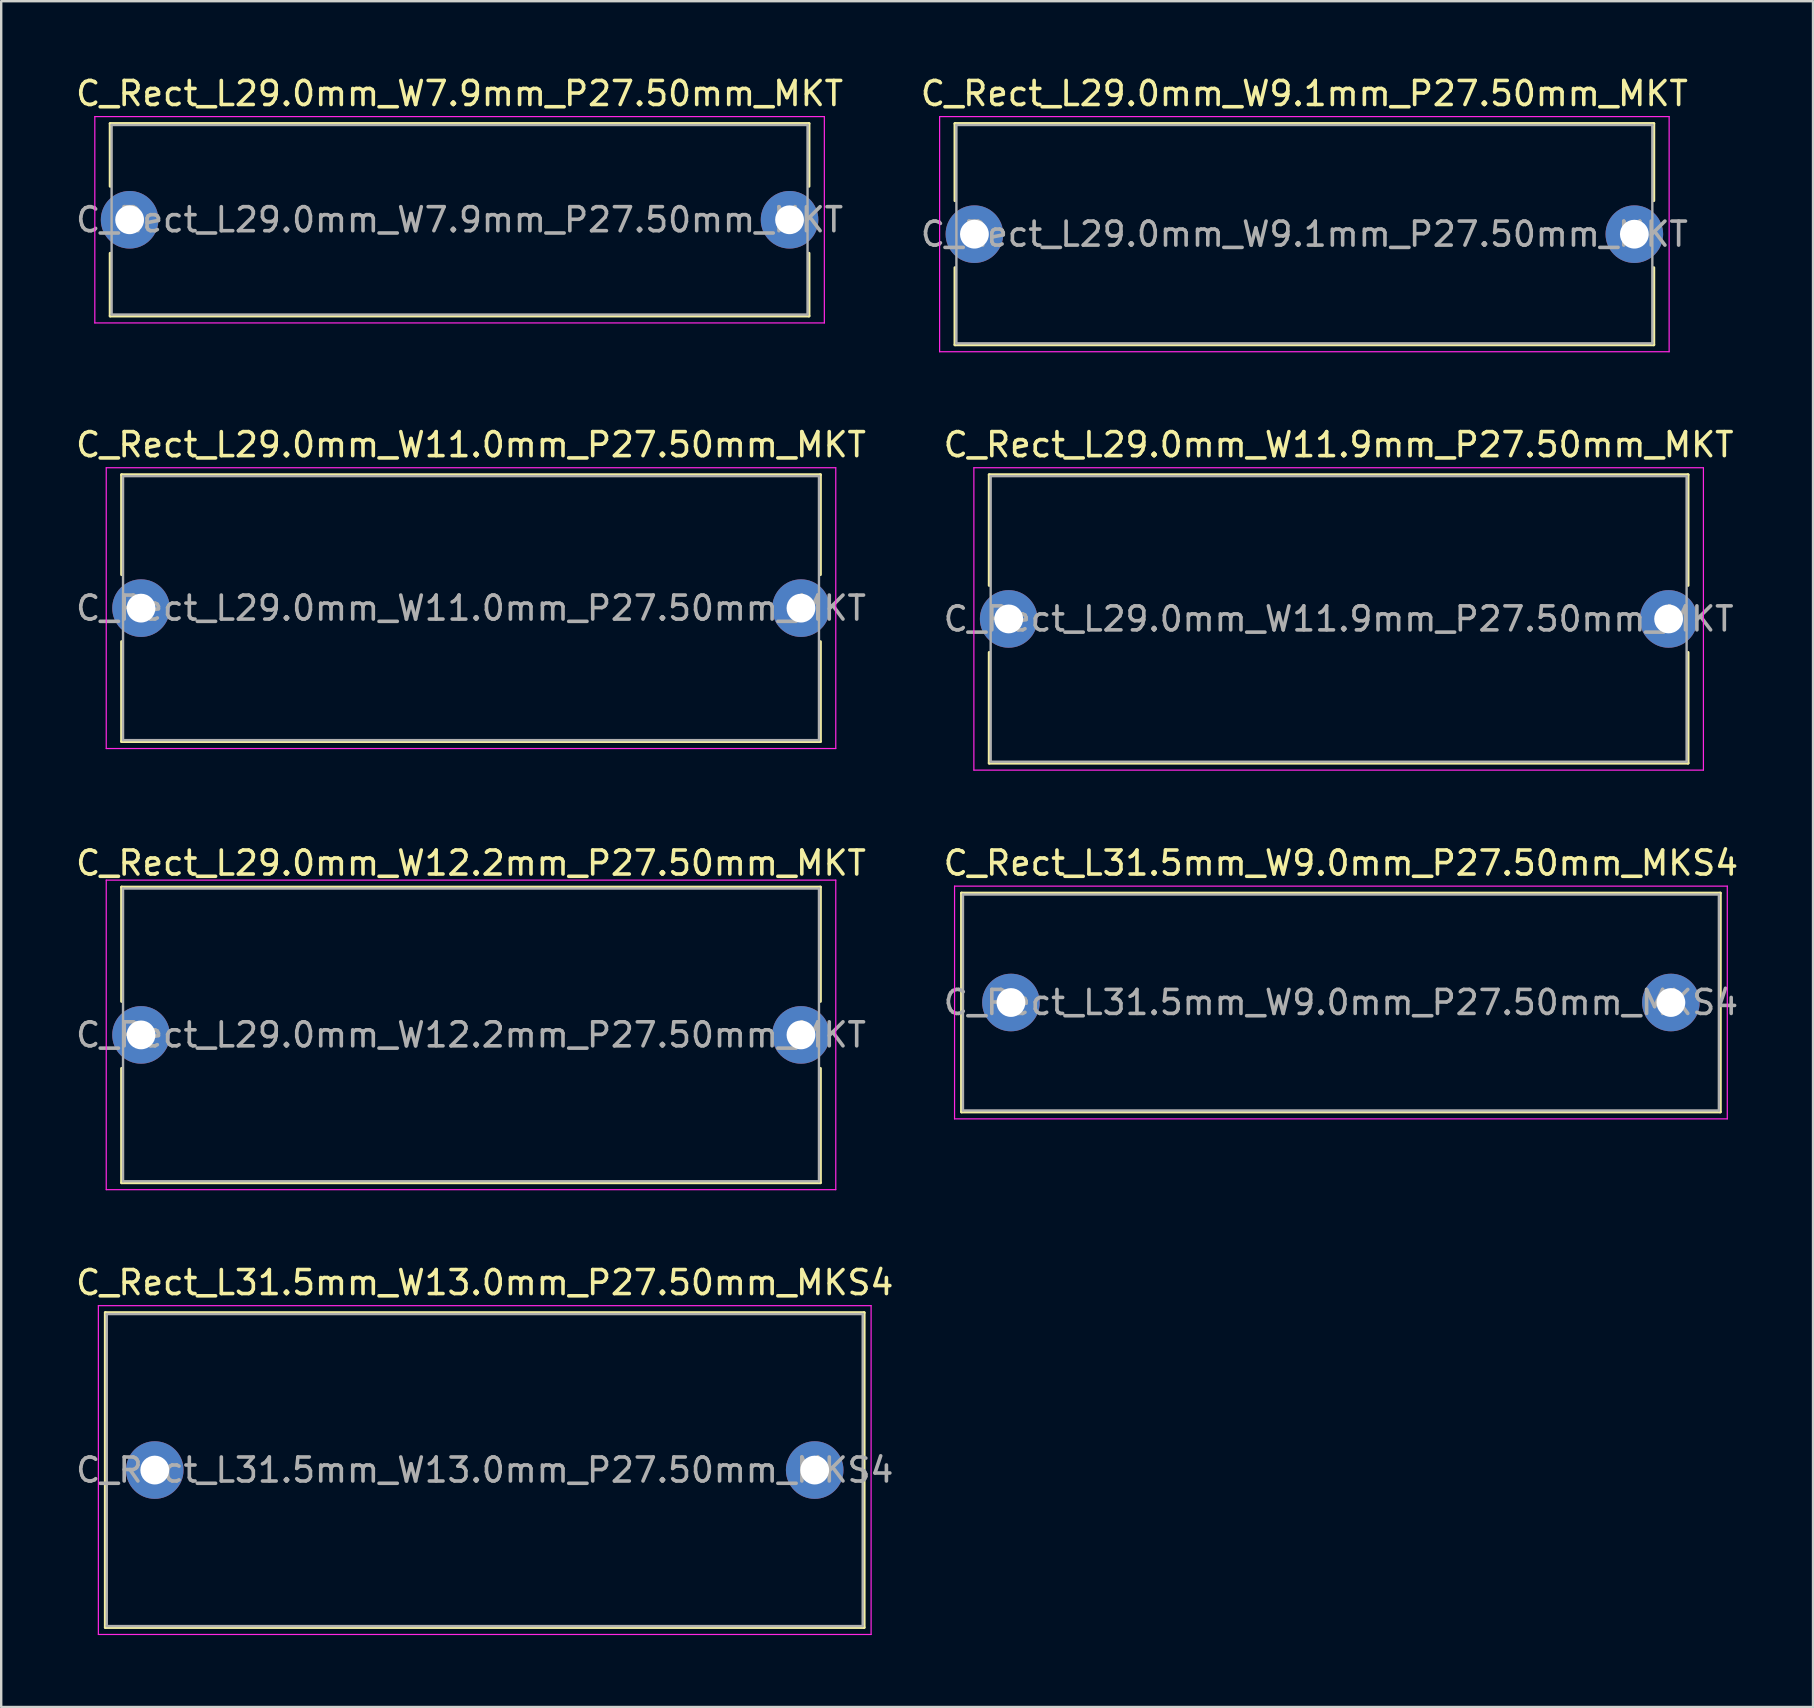
<source format=kicad_pcb>
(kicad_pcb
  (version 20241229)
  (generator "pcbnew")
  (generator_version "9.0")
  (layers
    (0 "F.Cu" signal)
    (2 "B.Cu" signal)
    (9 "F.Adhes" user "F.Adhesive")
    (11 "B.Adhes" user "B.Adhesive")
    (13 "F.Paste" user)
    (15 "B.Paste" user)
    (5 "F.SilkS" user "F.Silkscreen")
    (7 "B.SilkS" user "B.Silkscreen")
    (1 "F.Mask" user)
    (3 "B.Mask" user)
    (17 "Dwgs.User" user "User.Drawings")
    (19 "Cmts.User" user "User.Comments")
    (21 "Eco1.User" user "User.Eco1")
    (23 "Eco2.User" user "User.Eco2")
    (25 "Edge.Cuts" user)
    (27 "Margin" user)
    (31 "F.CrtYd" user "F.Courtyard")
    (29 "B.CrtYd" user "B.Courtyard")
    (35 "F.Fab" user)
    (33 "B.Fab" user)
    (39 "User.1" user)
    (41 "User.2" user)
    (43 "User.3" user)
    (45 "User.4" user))
  (footprint "C_Rect_L29.0mm_W11.9mm_P27.50mm_MKT"
    (layer "F.Cu")
    (at 38.982 22.741)
    (property "Reference" "C_Rect_L29.0mm_W11.9mm_P27.50mm_MKT" (at 13.75 -7.26 0) (layer "F.SilkS") (effects (font (size 1 1) (thickness 0.15))))
    (attr through_hole)
    (fp_line (start -0.81 -6.01) (end -0.81 -1.395) (stroke (width 0.12) (type solid)) (layer "F.SilkS"))
    (fp_line (start -0.81 -6.01) (end 28.31 -6.01) (stroke (width 0.12) (type solid)) (layer "F.SilkS"))
    (fp_line (start -0.81 1.395) (end -0.81 6.01) (stroke (width 0.12) (type solid)) (layer "F.SilkS"))
    (fp_line (start -0.81 6.01) (end 28.31 6.01) (stroke (width 0.12) (type solid)) (layer "F.SilkS"))
    (fp_line (start 28.31 -6.01) (end 28.31 -1.395) (stroke (width 0.12) (type solid)) (layer "F.SilkS"))
    (fp_line (start 28.31 1.395) (end 28.31 6.01) (stroke (width 0.12) (type solid)) (layer "F.SilkS"))
    (fp_line (start -1.45 -6.3) (end -1.45 6.3) (stroke (width 0.05) (type solid)) (layer "F.CrtYd"))
    (fp_line (start -1.45 6.3) (end 28.95 6.3) (stroke (width 0.05) (type solid)) (layer "F.CrtYd"))
    (fp_line (start 28.95 -6.3) (end -1.45 -6.3) (stroke (width 0.05) (type solid)) (layer "F.CrtYd"))
    (fp_line (start 28.95 6.3) (end 28.95 -6.3) (stroke (width 0.05) (type solid)) (layer "F.CrtYd"))
    (fp_line (start -0.75 -5.95) (end -0.75 5.95) (stroke (width 0.1) (type solid)) (layer "F.Fab"))
    (fp_line (start -0.75 5.95) (end 28.25 5.95) (stroke (width 0.1) (type solid)) (layer "F.Fab"))
    (fp_line (start 28.25 -5.95) (end -0.75 -5.95) (stroke (width 0.1) (type solid)) (layer "F.Fab"))
    (fp_line (start 28.25 5.95) (end 28.25 -5.95) (stroke (width 0.1) (type solid)) (layer "F.Fab"))
    (fp_text user "${REFERENCE}" (at 13.75 0 0) (layer "F.Fab") (effects (font (size 1 1) (thickness 0.15))))
    (pad "1" thru_hole circle (at 0 0) (size 2.4 2.4) (drill 1.2) (layers "*.Cu" "*.Mask"))
    (pad "2" thru_hole circle (at 27.5 0) (size 2.4 2.4) (drill 1.2) (layers "*.Cu" "*.Mask")))
  (footprint "C_Rect_L29.0mm_W12.2mm_P27.50mm_MKT"
    (layer "F.Cu")
    (at 2.827 40.075)
    (property "Reference" "C_Rect_L29.0mm_W12.2mm_P27.50mm_MKT" (at 13.75 -7.16 0) (layer "F.SilkS") (effects (font (size 1 1) (thickness 0.15))))
    (attr through_hole)
    (fp_line (start -0.81 -6.16) (end -0.81 -1.395) (stroke (width 0.12) (type solid)) (layer "F.SilkS"))
    (fp_line (start -0.81 -6.16) (end 28.31 -6.16) (stroke (width 0.12) (type solid)) (layer "F.SilkS"))
    (fp_line (start -0.81 1.395) (end -0.81 6.16) (stroke (width 0.12) (type solid)) (layer "F.SilkS"))
    (fp_line (start -0.81 6.16) (end 28.31 6.16) (stroke (width 0.12) (type solid)) (layer "F.SilkS"))
    (fp_line (start 28.31 -6.16) (end 28.31 -1.395) (stroke (width 0.12) (type solid)) (layer "F.SilkS"))
    (fp_line (start 28.31 1.395) (end 28.31 6.16) (stroke (width 0.12) (type solid)) (layer "F.SilkS"))
    (fp_line (start -1.45 -6.45) (end -1.45 6.45) (stroke (width 0.05) (type solid)) (layer "F.CrtYd"))
    (fp_line (start -1.45 6.45) (end 28.95 6.45) (stroke (width 0.05) (type solid)) (layer "F.CrtYd"))
    (fp_line (start 28.95 -6.45) (end -1.45 -6.45) (stroke (width 0.05) (type solid)) (layer "F.CrtYd"))
    (fp_line (start 28.95 6.45) (end 28.95 -6.45) (stroke (width 0.05) (type solid)) (layer "F.CrtYd"))
    (fp_line (start -0.75 -6.1) (end -0.75 6.1) (stroke (width 0.1) (type solid)) (layer "F.Fab"))
    (fp_line (start -0.75 6.1) (end 28.25 6.1) (stroke (width 0.1) (type solid)) (layer "F.Fab"))
    (fp_line (start 28.25 -6.1) (end -0.75 -6.1) (stroke (width 0.1) (type solid)) (layer "F.Fab"))
    (fp_line (start 28.25 6.1) (end 28.25 -6.1) (stroke (width 0.1) (type solid)) (layer "F.Fab"))
    (fp_text user "${REFERENCE}" (at 13.75 0 0) (layer "F.Fab") (effects (font (size 1 1) (thickness 0.15))))
    (pad "1" thru_hole circle (at 0 0) (size 2.4 2.4) (drill 1.2) (layers "*.Cu" "*.Mask"))
    (pad "2" thru_hole circle (at 27.5 0) (size 2.4 2.4) (drill 1.2) (layers "*.Cu" "*.Mask")))
  (footprint "C_Rect_L29.0mm_W11.0mm_P27.50mm_MKT"
    (layer "F.Cu")
    (at 2.827 22.291)
    (property "Reference" "C_Rect_L29.0mm_W11.0mm_P27.50mm_MKT" (at 13.75 -6.81 0) (layer "F.SilkS") (effects (font (size 1 1) (thickness 0.15))))
    (attr through_hole)
    (fp_line (start -0.81 -5.56) (end -0.81 -1.395) (stroke (width 0.12) (type solid)) (layer "F.SilkS"))
    (fp_line (start -0.81 -5.56) (end 28.31 -5.56) (stroke (width 0.12) (type solid)) (layer "F.SilkS"))
    (fp_line (start -0.81 1.395) (end -0.81 5.56) (stroke (width 0.12) (type solid)) (layer "F.SilkS"))
    (fp_line (start -0.81 5.56) (end 28.31 5.56) (stroke (width 0.12) (type solid)) (layer "F.SilkS"))
    (fp_line (start 28.31 -5.56) (end 28.31 -1.395) (stroke (width 0.12) (type solid)) (layer "F.SilkS"))
    (fp_line (start 28.31 1.395) (end 28.31 5.56) (stroke (width 0.12) (type solid)) (layer "F.SilkS"))
    (fp_line (start -1.45 -5.85) (end -1.45 5.85) (stroke (width 0.05) (type solid)) (layer "F.CrtYd"))
    (fp_line (start -1.45 5.85) (end 28.95 5.85) (stroke (width 0.05) (type solid)) (layer "F.CrtYd"))
    (fp_line (start 28.95 -5.85) (end -1.45 -5.85) (stroke (width 0.05) (type solid)) (layer "F.CrtYd"))
    (fp_line (start 28.95 5.85) (end 28.95 -5.85) (stroke (width 0.05) (type solid)) (layer "F.CrtYd"))
    (fp_line (start -0.75 -5.5) (end -0.75 5.5) (stroke (width 0.1) (type solid)) (layer "F.Fab"))
    (fp_line (start -0.75 5.5) (end 28.25 5.5) (stroke (width 0.1) (type solid)) (layer "F.Fab"))
    (fp_line (start 28.25 -5.5) (end -0.75 -5.5) (stroke (width 0.1) (type solid)) (layer "F.Fab"))
    (fp_line (start 28.25 5.5) (end 28.25 -5.5) (stroke (width 0.1) (type solid)) (layer "F.Fab"))
    (fp_text user "${REFERENCE}" (at 13.75 0 0) (layer "F.Fab") (effects (font (size 1 1) (thickness 0.15))))
    (pad "1" thru_hole circle (at 0 0) (size 2.4 2.4) (drill 1.2) (layers "*.Cu" "*.Mask"))
    (pad "2" thru_hole circle (at 27.5 0) (size 2.4 2.4) (drill 1.2) (layers "*.Cu" "*.Mask")))
  (footprint "C_Rect_L31.5mm_W9.0mm_P27.50mm_MKS4"
    (layer "F.Cu")
    (at 39.077 38.725)
    (property "Reference" "C_Rect_L31.5mm_W9.0mm_P27.50mm_MKS4" (at 13.75 -5.81 0) (layer "F.SilkS") (effects (font (size 1 1) (thickness 0.15))))
    (attr through_hole)
    (fp_line (start -2.06 -4.56) (end -2.06 4.56) (stroke (width 0.12) (type solid)) (layer "F.SilkS"))
    (fp_line (start -2.06 -4.56) (end 29.56 -4.56) (stroke (width 0.12) (type solid)) (layer "F.SilkS"))
    (fp_line (start -2.06 4.56) (end 29.56 4.56) (stroke (width 0.12) (type solid)) (layer "F.SilkS"))
    (fp_line (start 29.56 -4.56) (end 29.56 4.56) (stroke (width 0.12) (type solid)) (layer "F.SilkS"))
    (fp_line (start -2.35 -4.85) (end -2.35 4.85) (stroke (width 0.05) (type solid)) (layer "F.CrtYd"))
    (fp_line (start -2.35 4.85) (end 29.85 4.85) (stroke (width 0.05) (type solid)) (layer "F.CrtYd"))
    (fp_line (start 29.85 -4.85) (end -2.35 -4.85) (stroke (width 0.05) (type solid)) (layer "F.CrtYd"))
    (fp_line (start 29.85 4.85) (end 29.85 -4.85) (stroke (width 0.05) (type solid)) (layer "F.CrtYd"))
    (fp_line (start -2 -4.5) (end -2 4.5) (stroke (width 0.1) (type solid)) (layer "F.Fab"))
    (fp_line (start -2 4.5) (end 29.5 4.5) (stroke (width 0.1) (type solid)) (layer "F.Fab"))
    (fp_line (start 29.5 -4.5) (end -2 -4.5) (stroke (width 0.1) (type solid)) (layer "F.Fab"))
    (fp_line (start 29.5 4.5) (end 29.5 -4.5) (stroke (width 0.1) (type solid)) (layer "F.Fab"))
    (fp_text user "${REFERENCE}" (at 13.75 0 0) (layer "F.Fab") (effects (font (size 1 1) (thickness 0.15))))
    (pad "1" thru_hole circle (at 0 0) (size 2.4 2.4) (drill 1.2) (layers "*.Cu" "*.Mask"))
    (pad "2" thru_hole circle (at 27.5 0) (size 2.4 2.4) (drill 1.2) (layers "*.Cu" "*.Mask")))
  (footprint "C_Rect_L31.5mm_W13.0mm_P27.50mm_MKS4"
    (layer "F.Cu")
    (at 3.399 58.208)
    (property "Reference" "C_Rect_L31.5mm_W13.0mm_P27.50mm_MKS4" (at 13.75 -7.81 0) (layer "F.SilkS") (effects (font (size 1 1) (thickness 0.15))))
    (attr through_hole)
    (fp_line (start -2.06 -6.56) (end -2.06 6.56) (stroke (width 0.12) (type solid)) (layer "F.SilkS"))
    (fp_line (start -2.06 -6.56) (end 29.56 -6.56) (stroke (width 0.12) (type solid)) (layer "F.SilkS"))
    (fp_line (start -2.06 6.56) (end 29.56 6.56) (stroke (width 0.12) (type solid)) (layer "F.SilkS"))
    (fp_line (start 29.56 -6.56) (end 29.56 6.56) (stroke (width 0.12) (type solid)) (layer "F.SilkS"))
    (fp_line (start -2.35 -6.85) (end -2.35 6.85) (stroke (width 0.05) (type solid)) (layer "F.CrtYd"))
    (fp_line (start -2.35 6.85) (end 29.85 6.85) (stroke (width 0.05) (type solid)) (layer "F.CrtYd"))
    (fp_line (start 29.85 -6.85) (end -2.35 -6.85) (stroke (width 0.05) (type solid)) (layer "F.CrtYd"))
    (fp_line (start 29.85 6.85) (end 29.85 -6.85) (stroke (width 0.05) (type solid)) (layer "F.CrtYd"))
    (fp_line (start -2 -6.5) (end -2 6.5) (stroke (width 0.1) (type solid)) (layer "F.Fab"))
    (fp_line (start -2 6.5) (end 29.5 6.5) (stroke (width 0.1) (type solid)) (layer "F.Fab"))
    (fp_line (start 29.5 -6.5) (end -2 -6.5) (stroke (width 0.1) (type solid)) (layer "F.Fab"))
    (fp_line (start 29.5 6.5) (end 29.5 -6.5) (stroke (width 0.1) (type solid)) (layer "F.Fab"))
    (fp_text user "${REFERENCE}" (at 13.75 0 0) (layer "F.Fab") (effects (font (size 1 1) (thickness 0.15))))
    (pad "1" thru_hole circle (at 0 0) (size 2.4 2.4) (drill 1.2) (layers "*.Cu" "*.Mask"))
    (pad "2" thru_hole circle (at 27.5 0) (size 2.4 2.4) (drill 1.2) (layers "*.Cu" "*.Mask")))
  (footprint "C_Rect_L29.0mm_W7.9mm_P27.50mm_MKT"
    (layer "F.Cu")
    (at 2.351 6.108)
    (property "Reference" "C_Rect_L29.0mm_W7.9mm_P27.50mm_MKT" (at 13.75 -5.26 0) (layer "F.SilkS") (effects (font (size 1 1) (thickness 0.15))))
    (attr through_hole)
    (fp_line (start -0.81 -4.01) (end -0.81 -1.395) (stroke (width 0.12) (type solid)) (layer "F.SilkS"))
    (fp_line (start -0.81 -4.01) (end 28.31 -4.01) (stroke (width 0.12) (type solid)) (layer "F.SilkS"))
    (fp_line (start -0.81 1.395) (end -0.81 4.01) (stroke (width 0.12) (type solid)) (layer "F.SilkS"))
    (fp_line (start -0.81 4.01) (end 28.31 4.01) (stroke (width 0.12) (type solid)) (layer "F.SilkS"))
    (fp_line (start 28.31 -4.01) (end 28.31 -1.395) (stroke (width 0.12) (type solid)) (layer "F.SilkS"))
    (fp_line (start 28.31 1.395) (end 28.31 4.01) (stroke (width 0.12) (type solid)) (layer "F.SilkS"))
    (fp_line (start -1.45 -4.3) (end -1.45 4.3) (stroke (width 0.05) (type solid)) (layer "F.CrtYd"))
    (fp_line (start -1.45 4.3) (end 28.95 4.3) (stroke (width 0.05) (type solid)) (layer "F.CrtYd"))
    (fp_line (start 28.95 -4.3) (end -1.45 -4.3) (stroke (width 0.05) (type solid)) (layer "F.CrtYd"))
    (fp_line (start 28.95 4.3) (end 28.95 -4.3) (stroke (width 0.05) (type solid)) (layer "F.CrtYd"))
    (fp_line (start -0.75 -3.95) (end -0.75 3.95) (stroke (width 0.1) (type solid)) (layer "F.Fab"))
    (fp_line (start -0.75 3.95) (end 28.25 3.95) (stroke (width 0.1) (type solid)) (layer "F.Fab"))
    (fp_line (start 28.25 -3.95) (end -0.75 -3.95) (stroke (width 0.1) (type solid)) (layer "F.Fab"))
    (fp_line (start 28.25 3.95) (end 28.25 -3.95) (stroke (width 0.1) (type solid)) (layer "F.Fab"))
    (fp_text user "${REFERENCE}" (at 13.75 0 0) (layer "F.Fab") (effects (font (size 1 1) (thickness 0.15))))
    (pad "1" thru_hole circle (at 0 0) (size 2.4 2.4) (drill 1.2) (layers "*.Cu" "*.Mask"))
    (pad "2" thru_hole circle (at 27.5 0) (size 2.4 2.4) (drill 1.2) (layers "*.Cu" "*.Mask")))
  (footprint "C_Rect_L29.0mm_W9.1mm_P27.50mm_MKT"
    (layer "F.Cu")
    (at 37.554 6.708)
    (property "Reference" "C_Rect_L29.0mm_W9.1mm_P27.50mm_MKT" (at 13.75 -5.86 0) (layer "F.SilkS") (effects (font (size 1 1) (thickness 0.15))))
    (attr through_hole)
    (fp_line (start -0.81 -4.61) (end -0.81 -1.395) (stroke (width 0.12) (type solid)) (layer "F.SilkS"))
    (fp_line (start -0.81 -4.61) (end 28.31 -4.61) (stroke (width 0.12) (type solid)) (layer "F.SilkS"))
    (fp_line (start -0.81 1.395) (end -0.81 4.61) (stroke (width 0.12) (type solid)) (layer "F.SilkS"))
    (fp_line (start -0.81 4.61) (end 28.31 4.61) (stroke (width 0.12) (type solid)) (layer "F.SilkS"))
    (fp_line (start 28.31 -4.61) (end 28.31 -1.395) (stroke (width 0.12) (type solid)) (layer "F.SilkS"))
    (fp_line (start 28.31 1.395) (end 28.31 4.61) (stroke (width 0.12) (type solid)) (layer "F.SilkS"))
    (fp_line (start -1.45 -4.9) (end -1.45 4.9) (stroke (width 0.05) (type solid)) (layer "F.CrtYd"))
    (fp_line (start -1.45 4.9) (end 28.95 4.9) (stroke (width 0.05) (type solid)) (layer "F.CrtYd"))
    (fp_line (start 28.95 -4.9) (end -1.45 -4.9) (stroke (width 0.05) (type solid)) (layer "F.CrtYd"))
    (fp_line (start 28.95 4.9) (end 28.95 -4.9) (stroke (width 0.05) (type solid)) (layer "F.CrtYd"))
    (fp_line (start -0.75 -4.55) (end -0.75 4.55) (stroke (width 0.1) (type solid)) (layer "F.Fab"))
    (fp_line (start -0.75 4.55) (end 28.25 4.55) (stroke (width 0.1) (type solid)) (layer "F.Fab"))
    (fp_line (start 28.25 -4.55) (end -0.75 -4.55) (stroke (width 0.1) (type solid)) (layer "F.Fab"))
    (fp_line (start 28.25 4.55) (end 28.25 -4.55) (stroke (width 0.1) (type solid)) (layer "F.Fab"))
    (fp_text user "${REFERENCE}" (at 13.75 0 0) (layer "F.Fab") (effects (font (size 1 1) (thickness 0.15))))
    (pad "1" thru_hole circle (at 0 0) (size 2.4 2.4) (drill 1.2) (layers "*.Cu" "*.Mask"))
    (pad "2" thru_hole circle (at 27.5 0) (size 2.4 2.4) (drill 1.2) (layers "*.Cu" "*.Mask")))
  (gr_rect
    (start -3 -3)
    (end 72.5 68.083)
    (stroke (width 0.1) (type default))
    (fill no)
    (layer "Edge.Cuts")))
</source>
